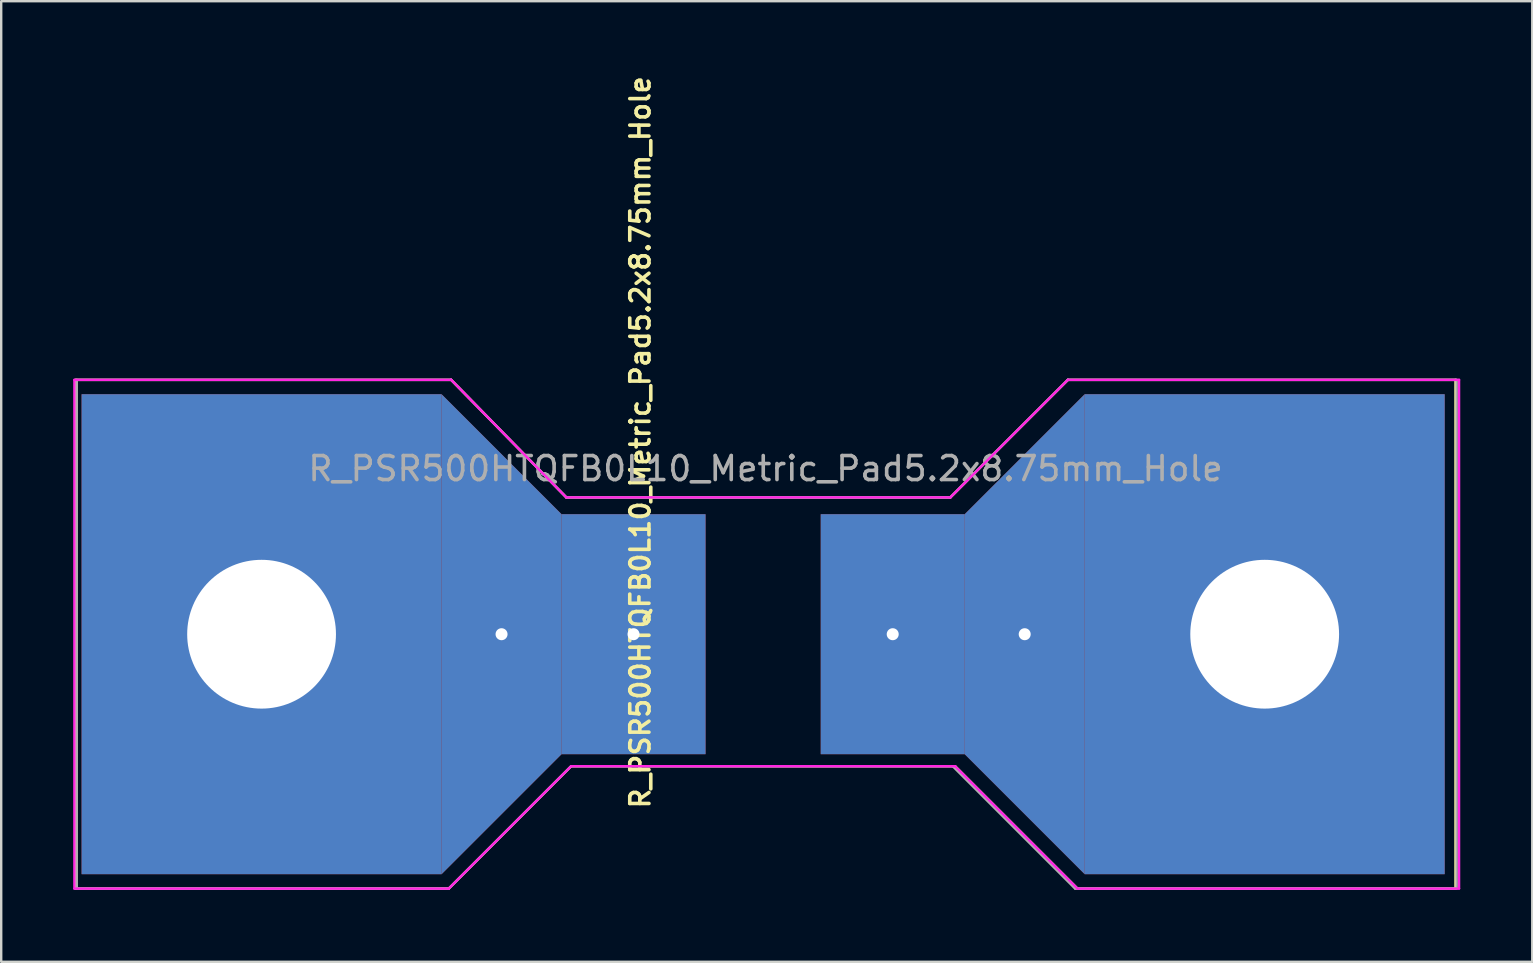
<source format=kicad_pcb>
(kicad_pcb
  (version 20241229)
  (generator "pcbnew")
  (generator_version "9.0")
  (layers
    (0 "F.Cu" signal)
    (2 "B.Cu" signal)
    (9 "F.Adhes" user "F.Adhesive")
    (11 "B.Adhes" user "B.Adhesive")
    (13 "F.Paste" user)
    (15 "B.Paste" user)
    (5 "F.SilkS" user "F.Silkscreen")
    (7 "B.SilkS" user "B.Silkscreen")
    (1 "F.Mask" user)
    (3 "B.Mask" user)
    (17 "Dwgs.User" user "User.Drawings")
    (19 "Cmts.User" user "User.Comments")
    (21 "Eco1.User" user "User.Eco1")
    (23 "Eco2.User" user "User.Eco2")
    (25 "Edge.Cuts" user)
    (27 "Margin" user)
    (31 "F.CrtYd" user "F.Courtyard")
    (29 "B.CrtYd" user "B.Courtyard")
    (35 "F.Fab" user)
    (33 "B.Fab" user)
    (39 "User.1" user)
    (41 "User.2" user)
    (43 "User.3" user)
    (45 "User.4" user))
  (footprint "R_PSR500HTQFB0L10_Metric_Pad5.2x8.75mm_Hole"
    (layer "F.Cu")
    (at 28.75 23.378)
    (property "Reference" "R_PSR500HTQFB0L10_Metric_Pad5.2x8.75mm_Hole" (at -5.12 -7.995 90) (layer "F.SilkS") (effects (font (size 0.8 0.8) (thickness 0.15))))
    (attr smd)
    (fp_line (start -28.65 -10.6) (end -13 -10.6) (stroke (width 0.1) (type default)) (layer "F.SilkS"))
    (fp_line (start -28.65 10.6) (end -28.65 -10.6) (stroke (width 0.1) (type default)) (layer "F.SilkS"))
    (fp_line (start -13.1 10.6) (end -28.65 10.6) (stroke (width 0.1) (type default)) (layer "F.SilkS"))
    (fp_line (start -13 -10.6) (end -8.2 -5.7) (stroke (width 0.1) (type default)) (layer "F.SilkS"))
    (fp_line (start -8.2 -5.7) (end 7.8 -5.7) (stroke (width 0.1) (type default)) (layer "F.SilkS"))
    (fp_line (start -8 5.5) (end -13.1 10.6) (stroke (width 0.1) (type default)) (layer "F.SilkS"))
    (fp_line (start 7.8 -5.7) (end 12.7 -10.6) (stroke (width 0.1) (type default)) (layer "F.SilkS"))
    (fp_line (start 8 5.5) (end -8 5.5) (stroke (width 0.1) (type default)) (layer "F.SilkS"))
    (fp_line (start 12.7 -10.6) (end 28.85 -10.6) (stroke (width 0.1) (type default)) (layer "F.SilkS"))
    (fp_line (start 13.1 10.6) (end 8 5.5) (stroke (width 0.1) (type default)) (layer "F.SilkS"))
    (fp_line (start 28.85 -10.6) (end 28.85 10.6) (stroke (width 0.1) (type default)) (layer "F.SilkS"))
    (fp_line (start 28.85 10.6) (end 13.1 10.6) (stroke (width 0.1) (type default)) (layer "F.SilkS"))
    (fp_line (start -28.7 -10.6) (end -13 -10.6) (stroke (width 0.1) (type default)) (layer "F.CrtYd"))
    (fp_line (start -28.7 10.6) (end -28.7 -10.6) (stroke (width 0.1) (type default)) (layer "F.CrtYd"))
    (fp_line (start -13.1 10.6) (end -28.7 10.6) (stroke (width 0.1) (type default)) (layer "F.CrtYd"))
    (fp_line (start -13 -10.6) (end -13 -10.6) (stroke (width 0.1) (type default)) (layer "F.CrtYd"))
    (fp_line (start -13 -10.6) (end -8.2 -5.7) (stroke (width 0.1) (type default)) (layer "F.CrtYd"))
    (fp_line (start -8.2 -5.7) (end 7.8 -5.7) (stroke (width 0.1) (type default)) (layer "F.CrtYd"))
    (fp_line (start -8 5.5) (end -13.1 10.6) (stroke (width 0.1) (type default)) (layer "F.CrtYd"))
    (fp_line (start 7.8 -5.7) (end 12.7 -10.6) (stroke (width 0.1) (type default)) (layer "F.CrtYd"))
    (fp_line (start 8 5.5) (end -8 5.5) (stroke (width 0.1) (type default)) (layer "F.CrtYd"))
    (fp_line (start 12.7 -10.6) (end 29 -10.6) (stroke (width 0.1) (type default)) (layer "F.CrtYd"))
    (fp_line (start 13.1 10.6) (end 8 5.5) (stroke (width 0.1) (type default)) (layer "F.CrtYd"))
    (fp_line (start 29 -10.6) (end 29 10.6) (stroke (width 0.1) (type default)) (layer "F.CrtYd"))
    (fp_line (start 29 10.6) (end 13.1 10.6) (stroke (width 0.1) (type default)) (layer "F.CrtYd"))
    (fp_line (start -28.6 -10.6) (end -13 -10.6) (stroke (width 0.1) (type default)) (layer "F.Fab"))
    (fp_line (start -28.6 10.6) (end -28.6 -10.6) (stroke (width 0.1) (type default)) (layer "F.Fab"))
    (fp_line (start -13.1 10.6) (end -28.6 10.6) (stroke (width 0.1) (type default)) (layer "F.Fab"))
    (fp_line (start -13 -10.6) (end -8.2 -5.7) (stroke (width 0.1) (type default)) (layer "F.Fab"))
    (fp_line (start -8.2 -5.7) (end 7.8 -5.7) (stroke (width 0.1) (type default)) (layer "F.Fab"))
    (fp_line (start -8 5.5) (end -13.1 10.6) (stroke (width 0.1) (type default)) (layer "F.Fab"))
    (fp_line (start 7.8 -5.7) (end 12.7 -10.6) (stroke (width 0.1) (type default)) (layer "F.Fab"))
    (fp_line (start 7.9 5.5) (end -8 5.5) (stroke (width 0.1) (type default)) (layer "F.Fab"))
    (fp_line (start 12.7 -10.6) (end 28.9 -10.6) (stroke (width 0.1) (type default)) (layer "F.Fab"))
    (fp_line (start 13 10.6) (end 7.9 5.5) (stroke (width 0.1) (type default)) (layer "F.Fab"))
    (fp_line (start 28.9 -10.6) (end 28.9 10.6) (stroke (width 0.1) (type default)) (layer "F.Fab"))
    (fp_line (start 28.9 10.6) (end 13 10.6) (stroke (width 0.1) (type default)) (layer "F.Fab"))
    (fp_text user "${REFERENCE}" (at 0.1 -6.9 0) (layer "F.Fab") (effects (font (size 1 1) (thickness 0.15))))
    (pad "1" thru_hole rect (at -20.9 0 270) (size 20 15) (drill 6.2) (layers "*.Cu" "*.Mask"))
    (pad "1" thru_hole trapezoid (at -10.9 0 270) (size 15 5) (rect_delta 0 5) (drill 0.5) (layers "*.Cu" "*.Mask"))
    (pad "1" thru_hole rect (at -5.4 0) (size 6 10) (drill 0.5) (layers "*.Cu" "*.Mask"))
    (pad "2" thru_hole rect (at 5.4 0) (size 6 10) (drill 0.5) (layers "*.Cu" "*.Mask"))
    (pad "2" thru_hole trapezoid (at 10.9 0 90) (size 15 5) (rect_delta 0 5) (drill 0.5) (layers "*.Cu" "*.Mask"))
    (pad "2" thru_hole rect (at 20.9 0 90) (size 20 15) (drill 6.2) (layers "*.Cu" "*.Mask")))
  (gr_rect
    (start -3 -3)
    (end 60.8 37.028)
    (stroke (width 0.1) (type default))
    (fill no)
    (layer "Edge.Cuts")))
</source>
